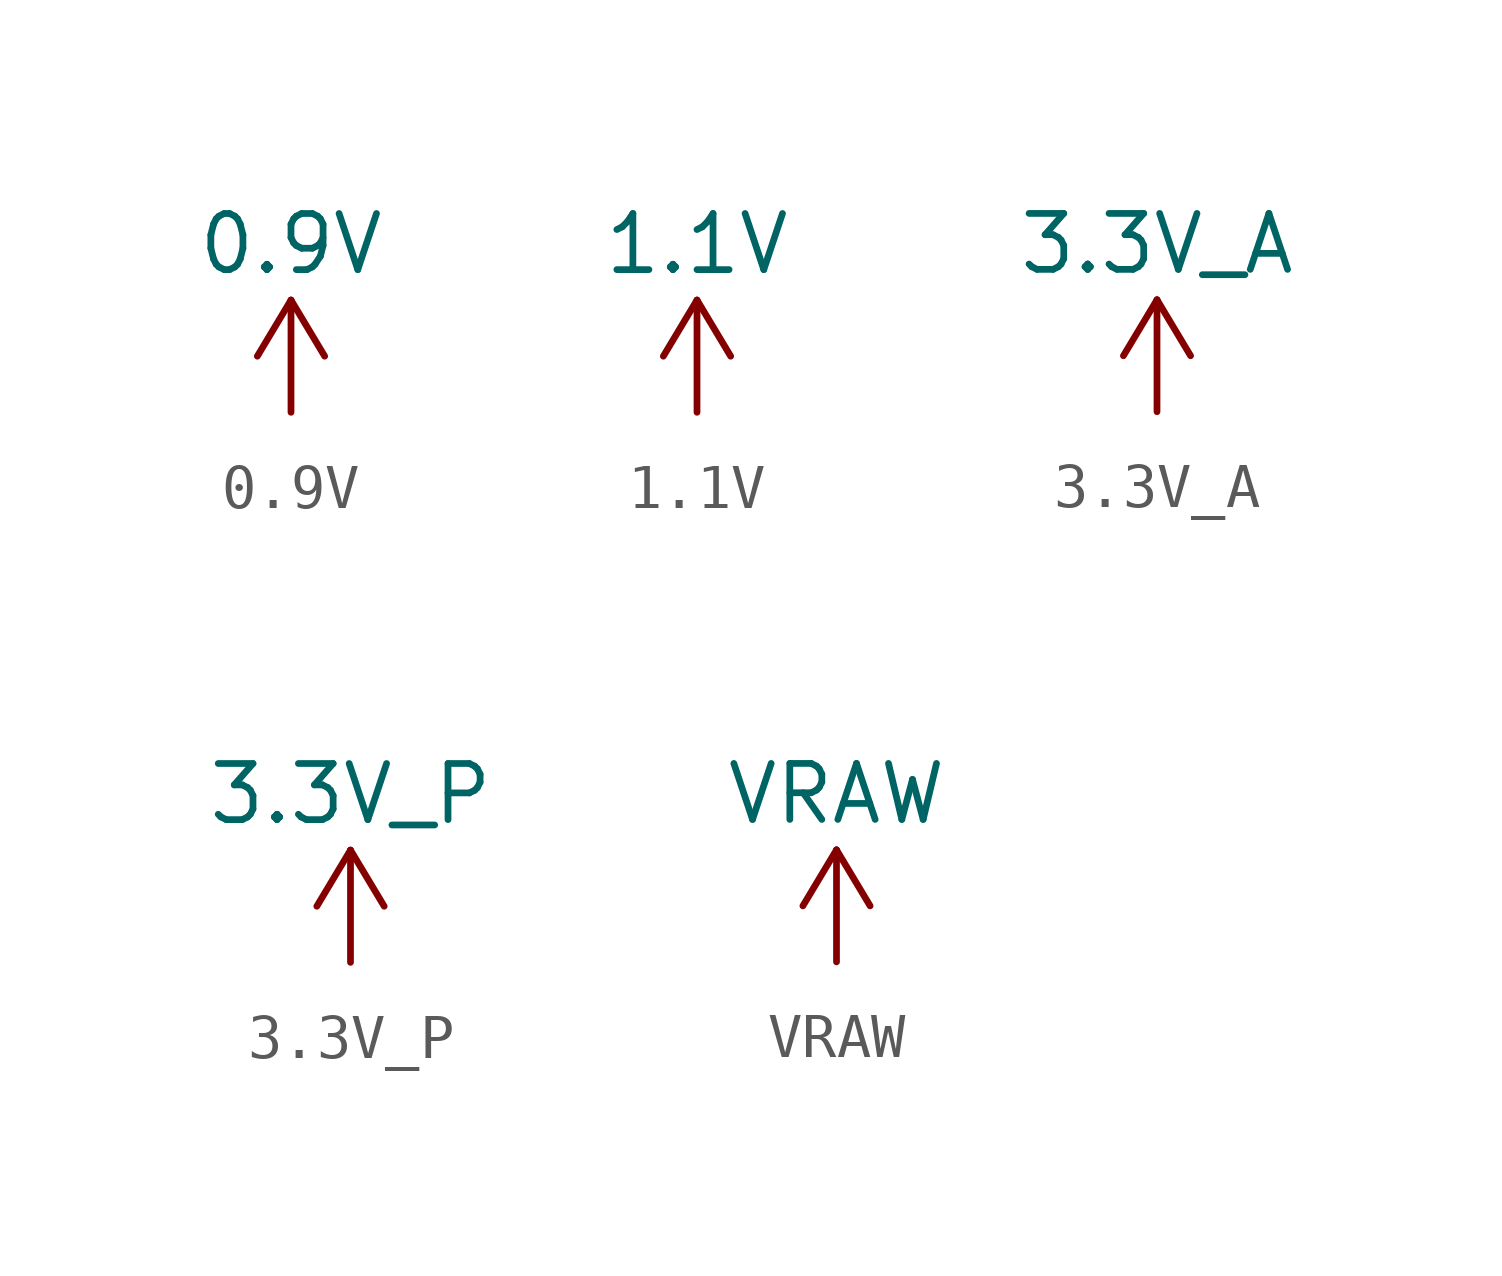
<source format=kicad_sym>
(kicad_symbol_lib
  (version 20231120)
  (generator "kicad_symbol_editor")
  (generator_version "8.0")
  (symbol "0.9V"
    (power)
    (pin_names
      (offset 0))
    (property "Reference" "#PWR"
      (at 0 -3.81 0)
      (effects (font (size 1.27 1.27)) (hide yes)))
    (property "Value" "0.9V"
      (at 0 3.81 0)
      (do_not_autoplace)
      (effects (font (size 1.27 1.27))))
    (symbol "0.9V_0_1"
      (polyline (pts (xy 0 0) (xy 0 2.54)) (stroke (width 0) (type default)) (fill (type none)))
      (polyline (pts (xy 0 2.54) (xy 0.762 1.27)) (stroke (width 0) (type default)) (fill (type none))))
    (symbol "0.9V_1_1"
      (polyline (pts (xy -0.762 1.27) (xy 0 2.54)) (stroke (width 0) (type default)) (fill (type none)))
      (pin power_in line (at 0 0 90) (length 0) hide (name "0.9V" (effects (font (size 1.27 1.27)))) (number "1" (effects (font (size 1.27 1.27)))))))
  (symbol "1.1V"
    (power)
    (pin_names
      (offset 0))
    (property "Reference" "#PWR"
      (at 0 -3.81 0)
      (effects (font (size 1.27 1.27)) (hide yes)))
    (property "Value" "1.1V"
      (at 0 3.81 0)
      (do_not_autoplace)
      (effects (font (size 1.27 1.27))))
    (symbol "1.1V_0_1"
      (polyline (pts (xy 0 0) (xy 0 2.54)) (stroke (width 0) (type default)) (fill (type none)))
      (polyline (pts (xy 0 2.54) (xy 0.762 1.27)) (stroke (width 0) (type default)) (fill (type none))))
    (symbol "1.1V_1_1"
      (polyline (pts (xy -0.762 1.27) (xy 0 2.54)) (stroke (width 0) (type default)) (fill (type none)))
      (pin power_in line (at 0 0 90) (length 0) hide (name "1.1V" (effects (font (size 1.27 1.27)))) (number "1" (effects (font (size 1.27 1.27)))))))
  (symbol "3.3V_A"
    (power)
    (pin_names
      (offset 0))
    (property "Reference" "#PWR"
      (at 0 -3.81 0)
      (effects (font (size 1.27 1.27)) (hide yes)))
    (property "Value" "3.3V_A"
      (at 0 3.81 0)
      (do_not_autoplace)
      (effects (font (size 1.27 1.27))))
    (symbol "3.3V_A_0_1"
      (polyline (pts (xy -0.762 1.27) (xy 0 2.54)) (stroke (width 0) (type default)) (fill (type none)))
      (polyline (pts (xy 0 0) (xy 0 2.54)) (stroke (width 0) (type default)) (fill (type none)))
      (polyline (pts (xy 0 2.54) (xy 0.762 1.27)) (stroke (width 0) (type default)) (fill (type none))))
    (symbol "3.3V_A_1_1"
      (pin power_in line (at 0 0 90) (length 0) hide (name "3.3V_A" (effects (font (size 1.27 1.27)))) (number "1" (effects (font (size 1.27 1.27)))))))
  (symbol "3.3V_P"
    (power)
    (pin_names
      (offset 0))
    (property "Reference" "#PWR"
      (at 0 -3.81 0)
      (effects (font (size 1.27 1.27)) (hide yes)))
    (property "Value" "3.3V_P"
      (at 0 3.81 0)
      (do_not_autoplace)
      (effects (font (size 1.27 1.27))))
    (symbol "3.3V_P_0_1"
      (polyline (pts (xy 0 0) (xy 0 2.54)) (stroke (width 0) (type default)) (fill (type none)))
      (polyline (pts (xy 0 2.54) (xy 0.762 1.27)) (stroke (width 0) (type default)) (fill (type none))))
    (symbol "3.3V_P_1_1"
      (polyline (pts (xy -0.762 1.27) (xy 0 2.54)) (stroke (width 0) (type default)) (fill (type none)))
      (pin power_in line (at 0 0 90) (length 0) hide (name "3.3V_P" (effects (font (size 1.27 1.27)))) (number "1" (effects (font (size 1.27 1.27)))))))
  (symbol "VRAW"
    (power)
    (pin_names
      (offset 0))
    (property "Reference" "#PWR"
      (at 0 -3.81 0)
      (effects (font (size 1.27 1.27)) (hide yes)))
    (property "Value" "VRAW"
      (at 0 3.81 0)
      (do_not_autoplace)
      (effects (font (size 1.27 1.27))))
    (symbol "VRAW_0_1"
      (polyline (pts (xy -0.762 1.27) (xy 0 2.54)) (stroke (width 0) (type default)) (fill (type none)))
      (polyline (pts (xy 0 0) (xy 0 2.54)) (stroke (width 0) (type default)) (fill (type none)))
      (polyline (pts (xy 0 2.54) (xy 0.762 1.27)) (stroke (width 0) (type default)) (fill (type none))))
    (symbol "VRAW_1_1"
      (pin power_in line (at 0 0 90) (length 0) hide (name "VRAW" (effects (font (size 1.27 1.27)))) (number "1" (effects (font (size 1.27 1.27))))))))
</source>
